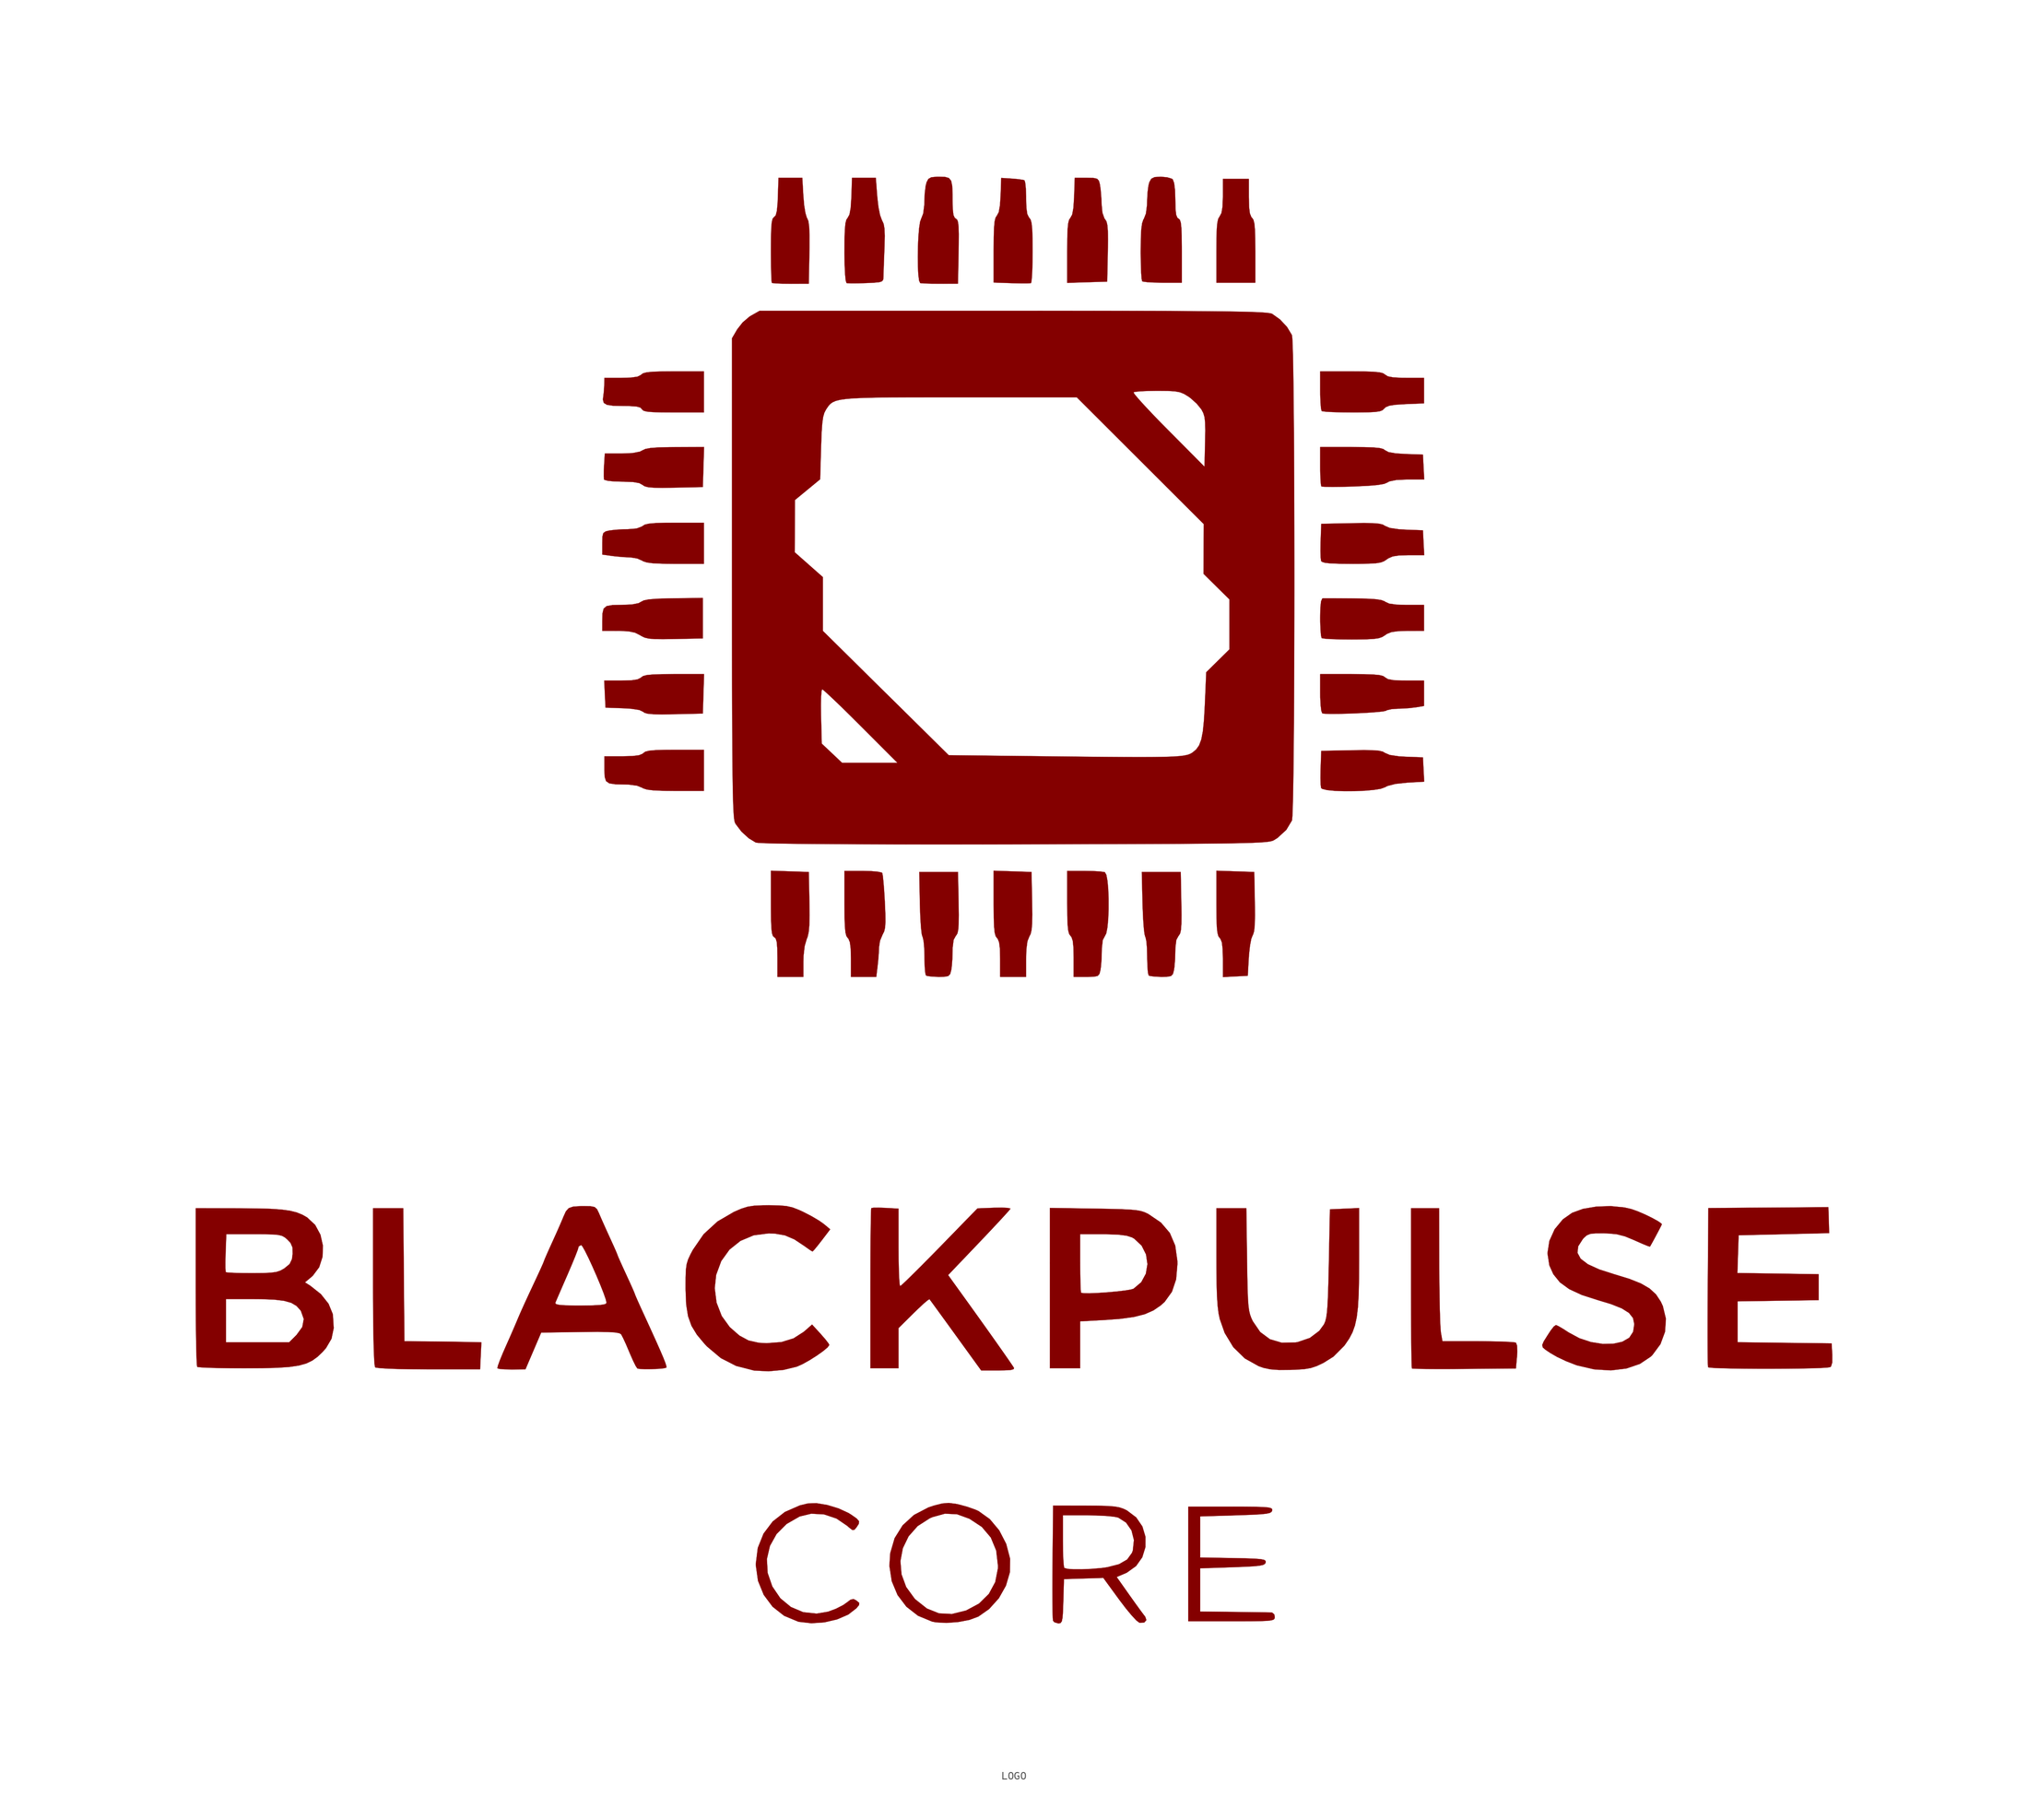
<source format=kicad_sym>
(kicad_symbol_lib
  (version 20220914)
  (generator "bitmap2component")
  (generator_version "9.0")
  (symbol "LOGO"
    (pin_names
      (offset 1.016))
    (property "Reference" "#G"
      (at 0 99.749 0)
      (effects (font (size 1.27 1.27)) hide))
    (symbol "LOGO_0_0"
      (polyline (pts (xy -20.594 -94.299) (xy -19.01 -93.926) (xy -17.634 -93.332) (xy -16.622 -92.552) (xy -16.282 -92.144) (xy -16.259 -91.877) (xy -16.593 -91.587) (xy -16.956 -91.391) (xy -17.334 -91.465) (xy -17.891 -91.879) (xy -18.267 -92.142) (xy -19.17 -92.607) (xy -20.164 -92.974) (xy -21.588 -93.21) (xy -23.262 -93.033) (xy -24.796 -92.384) (xy -26.11 -91.3) (xy -27.12 -89.817) (xy -27.703 -88.124) (xy -27.798 -86.397) (xy -27.417 -84.751) (xy -26.587 -83.265) (xy -25.34 -82.013) (xy -23.705 -81.072) (xy -22.248 -80.723) (xy -20.649 -80.813) (xy -19.1 -81.332) (xy -17.747 -82.253) (xy -17.551 -82.432) (xy -17.131 -82.758) (xy -16.872 -82.749) (xy -16.598 -82.431) (xy -16.317 -81.999) (xy -16.285 -81.661) (xy -16.592 -81.315) (xy -17.298 -80.823) (xy -17.623 -80.624) (xy -18.86 -80.06) (xy -20.246 -79.64) (xy -21.58 -79.417) (xy -22.663 -79.442) (xy -23.682 -79.69) (xy -25.547 -80.507) (xy -27.073 -81.698) (xy -28.216 -83.212) (xy -28.934 -84.999) (xy -29.183 -87.008) (xy -29.182 -87.152) (xy -28.909 -89.111) (xy -28.193 -90.866) (xy -27.088 -92.347) (xy -25.644 -93.483) (xy -23.914 -94.203) (xy -23.762 -94.24) (xy -22.23 -94.415) (xy -20.594 -94.299)) (stroke (width 0.01) (type default)) (fill (type outline)))
      (polyline (pts (xy -3.882 -94.261) (xy -2.481 -93.991) (xy -1.383 -93.586) (xy -0.032 -92.642) (xy 1.188 -91.29) (xy 2.075 -89.718) (xy 2.566 -88.041) (xy 2.596 -86.376) (xy 2.592 -86.349) (xy 2.107 -84.499) (xy 1.236 -82.81) (xy 0.057 -81.403) (xy -1.351 -80.397) (xy -1.771 -80.209) (xy -2.76 -79.86) (xy -3.804 -79.577) (xy -4.203 -79.493) (xy -5.08 -79.382) (xy -5.888 -79.45) (xy -6.912 -79.707) (xy -7.625 -79.945) (xy -9.418 -80.882) (xy -10.833 -82.175) (xy -11.835 -83.782) (xy -12.386 -85.666) (xy -12.449 -86.649) (xy -11.112 -86.649) (xy -10.81 -85.038) (xy -10.089 -83.55) (xy -8.963 -82.275) (xy -7.45 -81.302) (xy -7.112 -81.153) (xy -5.551 -80.723) (xy -4.051 -80.791) (xy -2.485 -81.358) (xy -0.941 -82.376) (xy 0.184 -83.704) (xy 0.857 -85.328) (xy 1.081 -87.251) (xy 1.073 -87.557) (xy 0.738 -89.267) (xy -0.065 -90.754) (xy -1.293 -91.959) (xy -2.901 -92.819) (xy -2.917 -92.825) (xy -4.68 -93.259) (xy -6.295 -93.178) (xy -7.8 -92.576) (xy -9.232 -91.442) (xy -9.342 -91.33) (xy -10.393 -89.884) (xy -10.978 -88.294) (xy -11.112 -86.649) (xy -12.449 -86.649) (xy -12.486 -87.248) (xy -12.194 -89.161) (xy -11.472 -90.886) (xy -10.363 -92.349) (xy -8.911 -93.479) (xy -7.161 -94.204) (xy -6.692 -94.298) (xy -5.361 -94.371) (xy -3.882 -94.261)) (stroke (width 0.01) (type default)) (fill (type outline)))
      (polyline (pts (xy 8.661 -94.439) (xy 8.895 -94.388) (xy 9.049 -94.181) (xy 9.145 -93.724) (xy 9.203 -92.919) (xy 9.245 -91.67) (xy 9.322 -88.9) (xy 11.781 -88.823) (xy 14.24 -88.746) (xy 16.216 -91.453) (xy 16.242 -91.489) (xy 17.043 -92.541) (xy 17.776 -93.426) (xy 18.36 -94.052) (xy 18.715 -94.327) (xy 18.834 -94.358) (xy 19.367 -94.317) (xy 19.624 -94.016) (xy 19.472 -93.584) (xy 19.309 -93.38) (xy 18.863 -92.78) (xy 18.244 -91.926) (xy 17.534 -90.93) (xy 15.914 -88.636) (xy 16.966 -88.189) (xy 17.186 -88.089) (xy 18.337 -87.265) (xy 19.11 -86.172) (xy 19.5 -84.915) (xy 19.505 -83.597) (xy 19.123 -82.322) (xy 18.351 -81.192) (xy 17.185 -80.313) (xy 16.772 -80.114) (xy 16.269 -79.943) (xy 15.648 -79.83) (xy 14.804 -79.764) (xy 13.632 -79.731) (xy 12.024 -79.721) (xy 7.971 -79.713) (xy 7.926 -84.126) (xy 9.187 -84.126) (xy 9.187 -80.929) (xy 12.277 -80.929) (xy 13.365 -80.945) (xy 14.579 -81.004) (xy 15.54 -81.096) (xy 16.105 -81.209) (xy 17.081 -81.835) (xy 17.765 -82.817) (xy 18.068 -84.018) (xy 17.933 -85.311) (xy 17.826 -85.614) (xy 17.224 -86.446) (xy 16.206 -87.037) (xy 14.725 -87.416) (xy 13.93 -87.522) (xy 12.764 -87.621) (xy 11.588 -87.671) (xy 10.539 -87.67) (xy 9.753 -87.615) (xy 9.367 -87.504) (xy 9.299 -87.193) (xy 9.241 -86.45) (xy 9.202 -85.39) (xy 9.187 -84.126) (xy 7.926 -84.126) (xy 7.899 -86.734) (xy 7.885 -88.439) (xy 7.88 -90.198) (xy 7.886 -91.718) (xy 7.901 -92.926) (xy 7.925 -93.744) (xy 7.958 -94.097) (xy 8.125 -94.289) (xy 8.629 -94.439) (xy 8.661 -94.439)) (stroke (width 0.01) (type default)) (fill (type outline)))
      (polyline (pts (xy 31.214 -94.169) (xy 32.814 -94.163) (xy 33.976 -94.145) (xy 34.771 -94.108) (xy 35.268 -94.045) (xy 35.536 -93.949) (xy 35.647 -93.812) (xy 35.668 -93.629) (xy 35.605 -93.312) (xy 35.33 -93.071) (xy 35.161 -93.066) (xy 34.507 -93.054) (xy 33.474 -93.039) (xy 32.161 -93.022) (xy 30.669 -93.003) (xy 26.346 -92.953) (xy 26.346 -90.251) (xy 26.346 -87.549) (xy 30.396 -87.414) (xy 31.722 -87.365) (xy 32.915 -87.304) (xy 33.713 -87.23) (xy 34.196 -87.131) (xy 34.443 -86.996) (xy 34.535 -86.813) (xy 34.539 -86.79) (xy 34.515 -86.617) (xy 34.333 -86.492) (xy 33.914 -86.406) (xy 33.184 -86.347) (xy 32.067 -86.306) (xy 30.485 -86.273) (xy 26.346 -86.198) (xy 26.346 -83.631) (xy 26.346 -81.064) (xy 30.801 -80.929) (xy 31.18 -80.917) (xy 32.74 -80.862) (xy 33.851 -80.802) (xy 34.591 -80.729) (xy 35.036 -80.631) (xy 35.262 -80.498) (xy 35.347 -80.321) (xy 35.349 -80.308) (xy 35.338 -80.149) (xy 35.197 -80.031) (xy 34.858 -79.948) (xy 34.252 -79.895) (xy 33.311 -79.865) (xy 31.965 -79.851) (xy 30.148 -79.848) (xy 24.86 -79.848) (xy 24.86 -87.008) (xy 24.86 -94.169) (xy 30.264 -94.169) (xy 31.214 -94.169)) (stroke (width 0.01) (type default)) (fill (type outline)))
      (polyline (pts (xy -25.727 -62.757) (xy -24.049 -62.35) (xy -24.049 -62.349) (xy -23.334 -62.031) (xy -22.467 -61.547) (xy -21.575 -60.982) (xy -20.781 -60.42) (xy -20.213 -59.945) (xy -19.996 -59.641) (xy -20.105 -59.436) (xy -20.496 -58.929) (xy -21.074 -58.267) (xy -22.151 -57.089) (xy -23.077 -57.901) (xy -23.178 -57.989) (xy -24.465 -58.816) (xy -25.978 -59.281) (xy -27.832 -59.419) (xy -28.805 -59.37) (xy -30.091 -59.084) (xy -31.227 -58.469) (xy -32.401 -57.444) (xy -32.443 -57.403) (xy -33.443 -56.021) (xy -34.088 -54.348) (xy -34.317 -52.542) (xy -34.135 -50.876) (xy -33.502 -49.161) (xy -32.471 -47.728) (xy -31.099 -46.634) (xy -29.444 -45.938) (xy -27.562 -45.697) (xy -26.825 -45.723) (xy -25.549 -45.944) (xy -24.36 -46.451) (xy -23.054 -47.319) (xy -22.872 -47.453) (xy -22.353 -47.817) (xy -22.096 -47.963) (xy -21.915 -47.787) (xy -21.497 -47.287) (xy -20.941 -46.577) (xy -19.884 -45.191) (xy -20.683 -44.524) (xy -21.289 -44.097) (xy -22.222 -43.547) (xy -23.238 -43.023) (xy -23.78 -42.772) (xy -24.582 -42.461) (xy -25.353 -42.285) (xy -26.283 -42.206) (xy -27.562 -42.187) (xy -28.291 -42.192) (xy -29.372 -42.239) (xy -30.209 -42.368) (xy -30.997 -42.616) (xy -31.928 -43.02) (xy -33.977 -44.216) (xy -35.7 -45.799) (xy -37.049 -47.76) (xy -37.333 -48.292) (xy -37.634 -48.934) (xy -37.82 -49.537) (xy -37.917 -50.245) (xy -37.953 -51.203) (xy -37.956 -52.556) (xy -37.954 -52.807) (xy -37.877 -54.614) (xy -37.648 -56.047) (xy -37.22 -57.249) (xy -36.544 -58.36) (xy -35.571 -59.523) (xy -35.274 -59.836) (xy -33.554 -61.282) (xy -31.649 -62.258) (xy -29.453 -62.823) (xy -29.349 -62.839) (xy -27.596 -62.929) (xy -25.727 -62.757)) (stroke (width 0.01) (type default)) (fill (type outline)))
      (polyline (pts (xy -63.555 -61.001) (xy -63.474 -59.312) (xy -65.581 -59.265) (xy -65.966 -59.257) (xy -67.354 -59.233) (xy -68.919 -59.212) (xy -70.391 -59.197) (xy -73.093 -59.177) (xy -73.164 -50.867) (xy -73.236 -42.559) (xy -75.123 -42.559) (xy -77.011 -42.559) (xy -77.011 -52.367) (xy -77.009 -53.773) (xy -76.994 -56.187) (xy -76.967 -58.268) (xy -76.928 -59.974) (xy -76.878 -61.265) (xy -76.819 -62.098) (xy -76.751 -62.433) (xy -76.655 -62.47) (xy -76.085 -62.542) (xy -75.073 -62.602) (xy -73.688 -62.649) (xy -71.995 -62.679) (xy -70.063 -62.689) (xy -63.635 -62.689) (xy -63.555 -61.001)) (stroke (width 0.01) (type default)) (fill (type outline)))
      (polyline (pts (xy -57.967 -62.689) (xy -56.984 -60.392) (xy -56.002 -58.096) (xy -51.142 -58.022) (xy -50.685 -58.016) (xy -48.939 -58.004) (xy -47.659 -58.023) (xy -46.786 -58.075) (xy -46.261 -58.164) (xy -46.025 -58.292) (xy -46.006 -58.319) (xy -45.763 -58.777) (xy -45.4 -59.565) (xy -44.99 -60.528) (xy -44.926 -60.682) (xy -44.528 -61.588) (xy -44.194 -62.264) (xy -43.989 -62.573) (xy -43.741 -62.629) (xy -43.094 -62.663) (xy -42.248 -62.66) (xy -41.388 -62.625) (xy -40.699 -62.562) (xy -40.364 -62.477) (xy -40.352 -62.458) (xy -40.361 -62.278) (xy -40.478 -61.897) (xy -40.724 -61.268) (xy -41.119 -60.342) (xy -41.684 -59.072) (xy -42.439 -57.41) (xy -43.404 -55.306) (xy -43.532 -55.028) (xy -43.931 -54.144) (xy -44.21 -53.502) (xy -44.315 -53.228) (xy -44.35 -53.127) (xy -44.565 -52.627) (xy -44.93 -51.814) (xy -45.396 -50.8) (xy -45.67 -50.206) (xy -46.085 -49.293) (xy -46.37 -48.644) (xy -46.477 -48.372) (xy -46.486 -48.338) (xy -46.646 -47.947) (xy -46.966 -47.224) (xy -47.391 -46.294) (xy -47.444 -46.177) (xy -47.945 -45.077) (xy -48.404 -44.049) (xy -48.728 -43.302) (xy -48.769 -43.202) (xy -49.023 -42.677) (xy -49.323 -42.406) (xy -49.833 -42.305) (xy -50.719 -42.292) (xy -51.084 -42.295) (xy -51.99 -42.351) (xy -52.55 -42.541) (xy -52.913 -42.943) (xy -53.23 -43.639) (xy -53.307 -43.831) (xy -53.653 -44.641) (xy -54.121 -45.7) (xy -54.633 -46.83) (xy -54.867 -47.344) (xy -55.276 -48.256) (xy -55.559 -48.911) (xy -55.664 -49.191) (xy -55.772 -49.463) (xy -56.067 -50.124) (xy -56.505 -51.075) (xy -57.039 -52.215) (xy -57.533 -53.27) (xy -58.044 -54.38) (xy -54.236 -54.38) (xy -54.23 -54.364) (xy -54.055 -53.954) (xy -53.715 -53.166) (xy -53.255 -52.107) (xy -52.721 -50.883) (xy -52.658 -50.737) (xy -52.144 -49.535) (xy -51.725 -48.515) (xy -51.444 -47.782) (xy -51.34 -47.438) (xy -51.316 -47.332) (xy -51.003 -47.157) (xy -50.855 -47.315) (xy -50.533 -47.88) (xy -50.099 -48.752) (xy -49.603 -49.823) (xy -49.09 -50.987) (xy -48.609 -52.133) (xy -48.206 -53.156) (xy -47.93 -53.945) (xy -47.828 -54.395) (xy -47.828 -54.397) (xy -48.011 -54.545) (xy -48.584 -54.645) (xy -49.597 -54.7) (xy -51.099 -54.718) (xy -51.799 -54.716) (xy -53.014 -54.69) (xy -53.782 -54.63) (xy -54.168 -54.529) (xy -54.236 -54.38) (xy -58.044 -54.38) (xy -58.109 -54.522) (xy -58.592 -55.597) (xy -58.912 -56.339) (xy -59.035 -56.635) (xy -59.443 -57.588) (xy -59.956 -58.763) (xy -60.493 -59.972) (xy -60.784 -60.636) (xy -61.17 -61.575) (xy -61.414 -62.252) (xy -61.474 -62.553) (xy -61.223 -62.63) (xy -60.568 -62.688) (xy -59.669 -62.704) (xy -57.967 -62.689)) (stroke (width 0.01) (type default)) (fill (type outline)))
      (polyline (pts (xy 1.897 -62.816) (xy 2.683 -62.767) (xy 3.048 -62.661) (xy 3.067 -62.487) (xy 2.852 -62.159) (xy 2.333 -61.402) (xy 1.587 -60.333) (xy 0.665 -59.024) (xy -0.384 -57.546) (xy -1.509 -55.97) (xy -2.659 -54.367) (xy -5.15 -50.909) (xy -1.291 -46.867) (xy -0.976 -46.535) (xy 0.156 -45.34) (xy 1.14 -44.289) (xy 1.919 -43.445) (xy 2.437 -42.867) (xy 2.636 -42.618) (xy 2.628 -42.593) (xy 2.299 -42.516) (xy 1.585 -42.48) (xy 0.61 -42.495) (xy -1.486 -42.577) (xy -6.215 -47.432) (xy -7.271 -48.511) (xy -8.479 -49.732) (xy -9.523 -50.772) (xy -10.351 -51.579) (xy -10.91 -52.101) (xy -11.146 -52.287) (xy -11.206 -52.07) (xy -11.263 -51.394) (xy -11.309 -50.34) (xy -11.338 -48.996) (xy -11.349 -47.446) (xy -11.349 -42.606) (xy -12.994 -42.515) (xy -13.755 -42.486) (xy -14.442 -42.49) (xy -14.75 -42.536) (xy -14.751 -42.538) (xy -14.777 -42.846) (xy -14.8 -43.631) (xy -14.82 -44.834) (xy -14.837 -46.392) (xy -14.851 -48.247) (xy -14.859 -50.337) (xy -14.862 -52.601) (xy -14.862 -62.554) (xy -13.105 -62.554) (xy -11.349 -62.554) (xy -11.349 -60.047) (xy -11.349 -57.541) (xy -9.465 -55.671) (xy -8.934 -55.153) (xy -8.214 -54.483) (xy -7.7 -54.048) (xy -7.479 -53.922) (xy -7.468 -53.937) (xy -7.231 -54.257) (xy -6.737 -54.935) (xy -6.034 -55.902) (xy -5.171 -57.091) (xy -4.199 -58.434) (xy -1.021 -62.825) (xy 1.127 -62.825) (xy 1.897 -62.816)) (stroke (width 0.01) (type default)) (fill (type outline)))
      (polyline (pts (xy 37.58 -62.755) (xy 38.193 -62.736) (xy 39.318 -62.665) (xy 40.166 -62.523) (xy 40.918 -62.273) (xy 41.761 -61.874) (xy 43 -61.097) (xy 44.35 -59.74) (xy 44.458 -59.595) (xy 44.974 -58.836) (xy 45.379 -58.063) (xy 45.685 -57.203) (xy 45.907 -56.179) (xy 46.058 -54.917) (xy 46.149 -53.341) (xy 46.194 -51.376) (xy 46.206 -48.946) (xy 46.206 -42.534) (xy 44.382 -42.614) (xy 42.558 -42.694) (xy 42.423 -49.449) (xy 42.417 -49.751) (xy 42.369 -51.84) (xy 42.318 -53.467) (xy 42.258 -54.699) (xy 42.183 -55.606) (xy 42.089 -56.256) (xy 41.97 -56.718) (xy 41.819 -57.061) (xy 41.233 -57.871) (xy 40.048 -58.765) (xy 38.529 -59.281) (xy 38.266 -59.325) (xy 36.545 -59.363) (xy 35.065 -58.927) (xy 33.849 -58.027) (xy 32.922 -56.675) (xy 32.731 -56.266) (xy 32.574 -55.834) (xy 32.456 -55.329) (xy 32.371 -54.673) (xy 32.31 -53.787) (xy 32.266 -52.594) (xy 32.232 -51.016) (xy 32.201 -48.976) (xy 32.112 -42.559) (xy 30.242 -42.559) (xy 28.372 -42.559) (xy 28.372 -48.667) (xy 28.376 -50.035) (xy 28.399 -51.996) (xy 28.448 -53.538) (xy 28.528 -54.734) (xy 28.641 -55.662) (xy 28.793 -56.397) (xy 29.406 -58.138) (xy 30.486 -59.92) (xy 31.909 -61.315) (xy 33.641 -62.285) (xy 34.26 -62.501) (xy 35.12 -62.684) (xy 36.169 -62.762) (xy 37.58 -62.755)) (stroke (width 0.01) (type default)) (fill (type outline)))
      (polyline (pts (xy 57.548 -62.644) (xy 59.357 -62.633) (xy 65.797 -62.577) (xy 65.937 -61.057) (xy 65.972 -60.481) (xy 65.94 -59.722) (xy 65.802 -59.357) (xy 65.614 -59.315) (xy 64.948 -59.26) (xy 63.905 -59.216) (xy 62.581 -59.187) (xy 61.073 -59.177) (xy 56.619 -59.177) (xy 56.427 -58.096) (xy 56.38 -57.609) (xy 56.331 -56.633) (xy 56.289 -55.279) (xy 56.255 -53.63) (xy 56.231 -51.771) (xy 56.22 -49.787) (xy 56.204 -42.559) (xy 54.448 -42.559) (xy 52.691 -42.559) (xy 52.691 -52.511) (xy 52.691 -52.611) (xy 52.695 -54.869) (xy 52.703 -56.95) (xy 52.717 -58.793) (xy 52.734 -60.338) (xy 52.755 -61.524) (xy 52.778 -62.29) (xy 52.804 -62.577) (xy 52.94 -62.597) (xy 53.546 -62.621) (xy 54.567 -62.638) (xy 55.926 -62.646) (xy 57.548 -62.644)) (stroke (width 0.01) (type default)) (fill (type outline)))
      (polyline (pts (xy 79.597 -62.584) (xy 81.291 -62.009) (xy 82.65 -61.1) (xy 82.846 -60.911) (xy 83.859 -59.543) (xy 84.433 -57.991) (xy 84.542 -56.366) (xy 84.158 -54.781) (xy 83.896 -54.218) (xy 83.304 -53.324) (xy 82.509 -52.59) (xy 81.426 -51.96) (xy 79.973 -51.381) (xy 78.066 -50.797) (xy 76.22 -50.205) (xy 74.797 -49.557) (xy 73.891 -48.868) (xy 73.49 -48.125) (xy 73.58 -47.315) (xy 74.151 -46.424) (xy 74.278 -46.28) (xy 74.647 -45.944) (xy 75.083 -45.763) (xy 75.743 -45.693) (xy 76.786 -45.69) (xy 77.221 -45.699) (xy 78.387 -45.804) (xy 79.428 -46.072) (xy 80.633 -46.57) (xy 80.825 -46.658) (xy 81.684 -47.037) (xy 82.299 -47.287) (xy 82.547 -47.357) (xy 82.621 -47.236) (xy 82.895 -46.746) (xy 83.262 -46.068) (xy 83.633 -45.368) (xy 83.921 -44.811) (xy 84.036 -44.562) (xy 83.974 -44.467) (xy 83.542 -44.163) (xy 82.816 -43.763) (xy 81.933 -43.334) (xy 81.029 -42.945) (xy 80.242 -42.665) (xy 79.365 -42.461) (xy 77.639 -42.29) (xy 75.847 -42.353) (xy 74.178 -42.637) (xy 72.822 -43.13) (xy 71.663 -43.948) (xy 70.639 -45.185) (xy 69.983 -46.634) (xy 69.745 -48.177) (xy 69.977 -49.694) (xy 70.476 -50.802) (xy 71.295 -51.816) (xy 72.46 -52.665) (xy 74.035 -53.396) (xy 76.086 -54.054) (xy 77.666 -54.53) (xy 79.017 -55.066) (xy 79.923 -55.634) (xy 80.431 -56.276) (xy 80.591 -57.037) (xy 80.453 -57.961) (xy 80.441 -58.005) (xy 79.961 -58.742) (xy 79.097 -59.239) (xy 77.946 -59.494) (xy 76.603 -59.507) (xy 75.165 -59.276) (xy 73.728 -58.8) (xy 72.388 -58.076) (xy 71.739 -57.655) (xy 71.12 -57.29) (xy 70.8 -57.15) (xy 70.526 -57.344) (xy 70.151 -57.825) (xy 69.718 -58.49) (xy 69.272 -59.201) (xy 69.087 -59.647) (xy 69.161 -59.952) (xy 69.49 -60.238) (xy 70.071 -60.629) (xy 70.944 -61.136) (xy 72.092 -61.676) (xy 73.262 -62.132) (xy 73.478 -62.203) (xy 75.592 -62.692) (xy 77.664 -62.816) (xy 79.597 -62.584)) (stroke (width 0.01) (type default)) (fill (type outline)))
      (polyline (pts (xy 99.459 -62.608) (xy 101.107 -62.59) (xy 102.575 -62.561) (xy 103.779 -62.522) (xy 104.635 -62.474) (xy 105.059 -62.415) (xy 105.172 -62.334) (xy 105.327 -61.836) (xy 105.33 -60.868) (xy 105.248 -59.447) (xy 99.371 -59.374) (xy 93.493 -59.301) (xy 93.493 -56.745) (xy 93.493 -54.19) (xy 98.56 -54.116) (xy 103.626 -54.042) (xy 103.626 -52.421) (xy 103.626 -50.8) (xy 98.55 -50.726) (xy 93.473 -50.653) (xy 93.551 -48.294) (xy 93.629 -45.936) (xy 99.285 -45.801) (xy 104.941 -45.666) (xy 104.916 -44.788) (xy 104.893 -44.002) (xy 104.867 -43.166) (xy 104.843 -42.423) (xy 97.344 -42.478) (xy 89.846 -42.532) (xy 89.775 -52.339) (xy 89.761 -54.548) (xy 89.754 -56.64) (xy 89.753 -58.502) (xy 89.758 -60.074) (xy 89.769 -61.292) (xy 89.786 -62.094) (xy 89.808 -62.418) (xy 89.915 -62.454) (xy 90.478 -62.507) (xy 91.448 -62.549) (xy 92.74 -62.581) (xy 94.271 -62.603) (xy 95.957 -62.615) (xy 97.714 -62.617) (xy 99.459 -62.608)) (stroke (width 0.01) (type default)) (fill (type outline)))
      (polyline (pts (xy -90.82 -62.541) (xy -88.94 -62.49) (xy -87.453 -62.386) (xy -86.286 -62.213) (xy -85.363 -61.956) (xy -84.611 -61.599) (xy -83.955 -61.127) (xy -83.321 -60.524) (xy -82.885 -60.028) (xy -82.201 -58.86) (xy -81.927 -57.541) (xy -82.024 -55.932) (xy -82.06 -55.737) (xy -82.575 -54.487) (xy -83.53 -53.287) (xy -84.844 -52.245) (xy -85.516 -51.819) (xy -84.649 -51.09) (xy -84.542 -50.996) (xy -83.743 -49.93) (xy -83.324 -48.633) (xy -83.275 -47.234) (xy -83.585 -45.861) (xy -84.243 -44.644) (xy -85.241 -43.71) (xy -85.837 -43.37) (xy -86.547 -43.083) (xy -87.4 -42.87) (xy -88.476 -42.723) (xy -89.854 -42.63) (xy -91.612 -42.581) (xy -93.832 -42.565) (xy -99.168 -42.559) (xy -99.168 -49.182) (xy -95.46 -49.182) (xy -95.433 -48.122) (xy -95.346 -45.801) (xy -91.892 -45.801) (xy -90.579 -45.805) (xy -89.545 -45.83) (xy -88.848 -45.892) (xy -88.381 -46.009) (xy -88.036 -46.199) (xy -87.708 -46.478) (xy -87.322 -46.891) (xy -87.072 -47.466) (xy -87.061 -48.293) (xy -87.145 -48.923) (xy -87.435 -49.527) (xy -88.062 -50.048) (xy -88.153 -50.108) (xy -88.6 -50.358) (xy -89.1 -50.52) (xy -89.775 -50.613) (xy -90.747 -50.655) (xy -92.138 -50.665) (xy -93.334 -50.657) (xy -94.381 -50.633) (xy -95.109 -50.597) (xy -95.408 -50.553) (xy -95.427 -50.493) (xy -95.458 -50.016) (xy -95.46 -49.182) (xy -99.168 -49.182) (xy -99.168 -52.376) (xy -99.163 -54.605) (xy -99.15 -56.61) (xy -95.385 -56.61) (xy -95.385 -53.907) (xy -91.864 -53.907) (xy -91.013 -53.913) (xy -89.361 -53.976) (xy -88.128 -54.125) (xy -87.228 -54.38) (xy -86.58 -54.762) (xy -86.098 -55.29) (xy -86.018 -55.41) (xy -85.666 -56.401) (xy -85.852 -57.397) (xy -86.576 -58.393) (xy -87.495 -59.312) (xy -91.44 -59.312) (xy -95.385 -59.312) (xy -95.385 -56.61) (xy -99.15 -56.61) (xy -99.15 -56.687) (xy -99.129 -58.537) (xy -99.101 -60.091) (xy -99.067 -61.29) (xy -99.029 -62.072) (xy -98.988 -62.374) (xy -98.942 -62.392) (xy -98.472 -62.444) (xy -97.569 -62.488) (xy -96.317 -62.523) (xy -94.798 -62.546) (xy -93.092 -62.554) (xy -90.82 -62.541)) (stroke (width 0.01) (type default)) (fill (type outline)))
      (polyline (pts (xy 11.349 -59.623) (xy 11.349 -56.691) (xy 14.64 -56.505) (xy 16.378 -56.374) (xy 18.08 -56.139) (xy 19.426 -55.796) (xy 20.515 -55.317) (xy 21.446 -54.677) (xy 21.914 -54.248) (xy 22.819 -52.992) (xy 23.339 -51.442) (xy 23.503 -49.531) (xy 23.495 -49.132) (xy 23.226 -47.222) (xy 22.552 -45.644) (xy 21.441 -44.346) (xy 19.864 -43.274) (xy 19.819 -43.251) (xy 19.412 -43.059) (xy 18.963 -42.914) (xy 18.387 -42.808) (xy 17.604 -42.733) (xy 16.529 -42.679) (xy 15.08 -42.64) (xy 13.173 -42.606) (xy 7.566 -42.519) (xy 7.566 -49.404) (xy 11.349 -49.404) (xy 11.349 -45.801) (xy 14.2 -45.801) (xy 14.524 -45.802) (xy 16.061 -45.853) (xy 17.14 -45.984) (xy 17.826 -46.202) (xy 18.107 -46.364) (xy 19.028 -47.23) (xy 19.579 -48.328) (xy 19.757 -49.538) (xy 19.558 -50.737) (xy 18.979 -51.804) (xy 18.016 -52.617) (xy 17.664 -52.721) (xy 16.894 -52.846) (xy 15.865 -52.965) (xy 14.708 -53.068) (xy 13.556 -53.146) (xy 12.543 -53.187) (xy 11.8 -53.181) (xy 11.461 -53.119) (xy 11.451 -53.096) (xy 11.411 -52.69) (xy 11.379 -51.87) (xy 11.357 -50.741) (xy 11.349 -49.404) (xy 7.566 -49.404) (xy 7.566 -52.537) (xy 7.566 -62.554) (xy 9.457 -62.554) (xy 11.349 -62.554) (xy 11.349 -59.623)) (stroke (width 0.01) (type default)) (fill (type outline)))
      (polyline (pts (xy -23.238 -11.727) (xy -23.217 -11.004) (xy -23.076 -9.798) (xy -22.825 -8.938) (xy -22.707 -8.64) (xy -22.572 -8.028) (xy -22.495 -7.166) (xy -22.469 -5.956) (xy -22.487 -4.304) (xy -22.563 -0.54) (xy -24.927 -0.462) (xy -27.292 -0.384) (xy -27.292 -4.457) (xy -27.29 -5.189) (xy -27.274 -6.596) (xy -27.233 -7.572) (xy -27.159 -8.194) (xy -27.046 -8.539) (xy -26.886 -8.684) (xy -26.707 -8.839) (xy -26.571 -9.259) (xy -26.501 -10.029) (xy -26.481 -11.243) (xy -26.481 -13.646) (xy -24.86 -13.646) (xy -23.238 -13.646) (xy -23.238 -11.727)) (stroke (width 0.01) (type default)) (fill (type outline)))
      (polyline (pts (xy -13.956 -12.227) (xy -13.904 -11.749) (xy -13.818 -10.726) (xy -13.783 -9.921) (xy -13.66 -9.127) (xy -13.335 -8.352) (xy -13.325 -8.337) (xy -13.141 -7.969) (xy -13.029 -7.486) (xy -12.984 -6.783) (xy -12.996 -5.753) (xy -13.06 -4.29) (xy -13.065 -4.184) (xy -13.143 -2.887) (xy -13.23 -1.791) (xy -13.314 -1.01) (xy -13.387 -0.657) (xy -13.446 -0.615) (xy -13.927 -0.508) (xy -14.765 -0.433) (xy -15.823 -0.405) (xy -18.104 -0.405) (xy -18.104 -4.425) (xy -18.104 -4.731) (xy -18.09 -6.276) (xy -18.05 -7.374) (xy -17.977 -8.104) (xy -17.862 -8.547) (xy -17.699 -8.782) (xy -17.608 -8.879) (xy -17.424 -9.332) (xy -17.324 -10.135) (xy -17.294 -11.382) (xy -17.294 -13.646) (xy -15.71 -13.646) (xy -14.126 -13.646) (xy -13.956 -12.227)) (stroke (width 0.01) (type default)) (fill (type outline)))
      (polyline (pts (xy -5.635 -13.635) (xy -5.133 -13.545) (xy -4.894 -13.295) (xy -4.763 -12.801) (xy -4.701 -12.383) (xy -4.624 -11.435) (xy -4.594 -10.402) (xy -4.586 -9.992) (xy -4.463 -9.021) (xy -4.181 -8.506) (xy -4.143 -8.471) (xy -3.988 -8.215) (xy -3.888 -7.761) (xy -3.835 -7.022) (xy -3.822 -5.914) (xy -3.843 -4.352) (xy -3.918 -0.54) (xy -6.337 -0.54) (xy -8.756 -0.54) (xy -8.681 -4.458) (xy -8.667 -5.028) (xy -8.614 -6.378) (xy -8.538 -7.497) (xy -8.45 -8.284) (xy -8.356 -8.633) (xy -8.322 -8.688) (xy -8.213 -9.184) (xy -8.136 -10.033) (xy -8.107 -11.088) (xy -8.105 -11.397) (xy -8.073 -12.392) (xy -8.01 -13.128) (xy -7.926 -13.466) (xy -7.762 -13.532) (xy -7.17 -13.614) (xy -6.339 -13.646) (xy -5.635 -13.635)) (stroke (width 0.01) (type default)) (fill (type outline)))
      (polyline (pts (xy 4.593 -11.409) (xy 4.628 -10.183) (xy 4.762 -9.187) (xy 5.006 -8.583) (xy 5.162 -8.277) (xy 5.28 -7.764) (xy 5.345 -6.986) (xy 5.364 -5.85) (xy 5.344 -4.267) (xy 5.269 -0.54) (xy 2.905 -0.462) (xy 0.54 -0.384) (xy 0.54 -4.415) (xy 0.541 -4.737) (xy 0.554 -6.279) (xy 0.594 -7.376) (xy 0.668 -8.105) (xy 0.783 -8.547) (xy 0.946 -8.782) (xy 1.037 -8.879) (xy 1.221 -9.332) (xy 1.321 -10.135) (xy 1.351 -11.382) (xy 1.351 -13.646) (xy 2.972 -13.646) (xy 4.593 -13.646) (xy 4.593 -11.409)) (stroke (width 0.01) (type default)) (fill (type outline)))
      (polyline (pts (xy 13.096 -13.626) (xy 13.547 -13.525) (xy 13.762 -13.273) (xy 13.882 -12.801) (xy 13.944 -12.383) (xy 14.021 -11.435) (xy 14.051 -10.402) (xy 14.056 -10.057) (xy 14.175 -9.044) (xy 14.456 -8.512) (xy 14.609 -8.214) (xy 14.755 -7.472) (xy 14.852 -6.429) (xy 14.901 -5.206) (xy 14.902 -3.921) (xy 14.856 -2.695) (xy 14.762 -1.648) (xy 14.621 -0.899) (xy 14.434 -0.569) (xy 14.381 -0.553) (xy 13.831 -0.478) (xy 12.938 -0.425) (xy 11.867 -0.405) (xy 9.728 -0.405) (xy 9.728 -4.29) (xy 9.728 -4.384) (xy 9.739 -5.957) (xy 9.778 -7.076) (xy 9.851 -7.821) (xy 9.967 -8.272) (xy 10.133 -8.512) (xy 10.258 -8.659) (xy 10.423 -9.14) (xy 10.512 -9.972) (xy 10.538 -11.247) (xy 10.538 -13.646) (xy 12.126 -13.646) (xy 12.265 -13.646) (xy 13.096 -13.626)) (stroke (width 0.01) (type default)) (fill (type outline)))
      (polyline (pts (xy 22.197 -13.635) (xy 22.698 -13.545) (xy 22.938 -13.295) (xy 23.069 -12.801) (xy 23.131 -12.383) (xy 23.208 -11.435) (xy 23.238 -10.402) (xy 23.246 -9.992) (xy 23.368 -9.021) (xy 23.651 -8.506) (xy 23.689 -8.471) (xy 23.844 -8.215) (xy 23.944 -7.761) (xy 23.997 -7.022) (xy 24.01 -5.914) (xy 23.988 -4.352) (xy 23.914 -0.54) (xy 21.482 -0.54) (xy 19.05 -0.54) (xy 19.143 -4.458) (xy 19.159 -5.028) (xy 19.219 -6.378) (xy 19.298 -7.498) (xy 19.388 -8.284) (xy 19.481 -8.633) (xy 19.514 -8.688) (xy 19.622 -9.184) (xy 19.697 -10.033) (xy 19.725 -11.088) (xy 19.727 -11.397) (xy 19.759 -12.392) (xy 19.822 -13.128) (xy 19.906 -13.466) (xy 20.07 -13.532) (xy 20.662 -13.614) (xy 21.493 -13.646) (xy 22.197 -13.635)) (stroke (width 0.01) (type default)) (fill (type outline)))
      (polyline (pts (xy 30.737 -13.592) (xy 32.29 -13.511) (xy 32.425 -11.186) (xy 32.45 -10.833) (xy 32.569 -9.748) (xy 32.73 -8.902) (xy 32.906 -8.447) (xy 32.949 -8.385) (xy 33.084 -7.948) (xy 33.164 -7.161) (xy 33.193 -5.961) (xy 33.176 -4.286) (xy 33.101 -0.54) (xy 30.737 -0.462) (xy 28.372 -0.384) (xy 28.372 -4.415) (xy 28.372 -4.737) (xy 28.386 -6.279) (xy 28.426 -7.376) (xy 28.5 -8.105) (xy 28.615 -8.547) (xy 28.778 -8.782) (xy 28.873 -8.884) (xy 29.055 -9.34) (xy 29.153 -10.146) (xy 29.183 -11.396) (xy 29.183 -13.673) (xy 30.737 -13.592)) (stroke (width 0.01) (type default)) (fill (type outline)))
      (polyline (pts (xy -2.32 2.913) (xy 3.107 2.919) (xy 7.909 2.928) (xy 12.228 2.937) (xy 16.065 2.946) (xy 19.449 2.958) (xy 22.41 2.97) (xy 24.976 2.985) (xy 27.176 3.002) (xy 29.041 3.023) (xy 30.599 3.047) (xy 31.88 3.075) (xy 32.913 3.107) (xy 33.726 3.145) (xy 34.35 3.187) (xy 34.814 3.236) (xy 35.146 3.29) (xy 35.376 3.351) (xy 35.533 3.42) (xy 36.01 3.716) (xy 37.108 4.72) (xy 37.812 5.895) (xy 37.824 5.944) (xy 37.869 6.463) (xy 37.91 7.469) (xy 37.947 8.918) (xy 37.981 10.77) (xy 38.011 12.979) (xy 38.037 15.504) (xy 38.059 18.302) (xy 38.078 21.33) (xy 38.092 24.545) (xy 38.103 27.904) (xy 38.111 31.366) (xy 38.114 34.886) (xy 38.113 38.422) (xy 38.109 41.931) (xy 38.101 45.37) (xy 38.089 48.697) (xy 38.074 51.869) (xy 38.054 54.843) (xy 38.031 57.577) (xy 38.004 60.026) (xy 37.974 62.149) (xy 37.939 63.903) (xy 37.901 65.245) (xy 37.858 66.133) (xy 37.812 66.522) (xy 37.793 66.573) (xy 37.206 67.553) (xy 36.323 68.5) (xy 35.344 69.199) (xy 35.267 69.23) (xy 35.021 69.285) (xy 34.622 69.335) (xy 34.043 69.379) (xy 33.256 69.418) (xy 32.233 69.451) (xy 30.947 69.48) (xy 29.371 69.505) (xy 27.475 69.525) (xy 25.233 69.541) (xy 22.617 69.555) (xy 19.599 69.564) (xy 16.152 69.572) (xy 12.247 69.576) (xy 7.857 69.579) (xy 2.955 69.58) (xy -28.704 69.58) (xy -29.781 68.975) (xy -29.97 68.858) (xy -30.828 68.128) (xy -31.506 67.262) (xy -32.155 66.155) (xy -32.155 59.399) (xy 18.012 59.399) (xy 18.199 59.455) (xy 18.84 59.52) (xy 19.812 59.565) (xy 20.992 59.582) (xy 20.998 59.582) (xy 22.29 59.571) (xy 23.183 59.52) (xy 23.816 59.403) (xy 24.331 59.195) (xy 24.866 58.87) (xy 25.121 58.688) (xy 25.908 57.984) (xy 26.49 57.27) (xy 26.501 57.252) (xy 26.737 56.802) (xy 26.887 56.297) (xy 26.965 55.617) (xy 26.985 54.639) (xy 26.962 53.243) (xy 26.886 50.103) (xy 22.357 54.66) (xy 21.504 55.525) (xy 20.338 56.731) (xy 19.356 57.776) (xy 18.607 58.606) (xy 18.142 59.165) (xy 18.012 59.399) (xy -32.155 59.399) (xy -32.155 39.412) (xy -24.319 39.412) (xy -24.305 42.674) (xy -24.291 45.936) (xy -22.717 47.232) (xy -21.143 48.528) (xy -21.028 52.501) (xy -21.016 52.9) (xy -20.956 54.425) (xy -20.878 55.526) (xy -20.77 56.297) (xy -20.619 56.834) (xy -20.414 57.231) (xy -20.313 57.386) (xy -20.104 57.687) (xy -19.877 57.941) (xy -19.588 58.152) (xy -19.194 58.324) (xy -18.652 58.461) (xy -17.918 58.566) (xy -16.947 58.645) (xy -15.698 58.7) (xy -14.126 58.737) (xy -12.187 58.758) (xy -9.839 58.768) (xy -7.037 58.771) (xy -3.738 58.771) (xy 10.925 58.771) (xy 18.859 50.85) (xy 26.794 42.929) (xy 26.782 39.82) (xy 26.771 36.712) (xy 28.382 35.118) (xy 29.994 33.523) (xy 29.994 30.398) (xy 29.994 27.273) (xy 28.549 25.846) (xy 27.104 24.419) (xy 26.929 20.373) (xy 26.927 20.327) (xy 26.823 18.462) (xy 26.684 17.055) (xy 26.486 16.021) (xy 26.209 15.28) (xy 25.829 14.749) (xy 25.327 14.346) (xy 25.296 14.326) (xy 25.052 14.199) (xy 24.738 14.092) (xy 24.311 14.004) (xy 23.729 13.935) (xy 22.948 13.882) (xy 21.926 13.846) (xy 20.621 13.825) (xy 18.988 13.817) (xy 16.987 13.822) (xy 14.574 13.838) (xy 11.706 13.865) (xy 8.34 13.901) (xy -5.073 14.051) (xy -12.94 21.82) (xy -20.806 29.588) (xy -20.806 32.949) (xy -20.806 36.309) (xy -22.563 37.86) (xy -24.319 39.412) (xy -32.155 39.412) (xy -32.155 36.239) (xy -32.155 35.953) (xy -32.154 31.222) (xy -32.151 27.002) (xy -32.146 23.263) (xy -32.139 20.321) (xy -21.048 20.321) (xy -21.025 21.349) (xy -20.972 22.04) (xy -20.893 22.293) (xy -20.763 22.206) (xy -20.29 21.792) (xy -19.529 21.081) (xy -18.537 20.127) (xy -17.368 18.982) (xy -16.078 17.699) (xy -11.49 13.105) (xy -14.948 13.105) (xy -18.406 13.105) (xy -19.674 14.303) (xy -20.942 15.5) (xy -21.031 18.896) (xy -21.035 19.06) (xy -21.048 20.321) (xy -32.139 20.321) (xy -32.138 19.978) (xy -32.127 17.118) (xy -32.113 14.653) (xy -32.095 12.556) (xy -32.073 10.799) (xy -32.047 9.352) (xy -32.015 8.187) (xy -31.979 7.275) (xy -31.937 6.589) (xy -31.889 6.098) (xy -31.835 5.776) (xy -31.774 5.593) (xy -31.689 5.441) (xy -30.983 4.513) (xy -30.077 3.679) (xy -29.183 3.138) (xy -28.837 3.095) (xy -27.948 3.053) (xy -26.531 3.017) (xy -24.592 2.986) (xy -22.136 2.961) (xy -19.169 2.94) (xy -15.698 2.925) (xy -11.729 2.916) (xy -7.268 2.911) (xy -2.32 2.913)) (stroke (width 0.01) (type default)) (fill (type outline)))
      (polyline (pts (xy -35.668 12.16) (xy -35.668 14.727) (xy -39.283 14.727) (xy -40.572 14.719) (xy -41.737 14.683) (xy -42.513 14.611) (xy -42.984 14.493) (xy -43.234 14.321) (xy -43.331 14.23) (xy -43.785 14.046) (xy -44.588 13.946) (xy -45.834 13.916) (xy -48.098 13.916) (xy -48.098 12.324) (xy -48.098 12.188) (xy -48.062 11.341) (xy -47.895 10.815) (xy -47.492 10.534) (xy -46.754 10.42) (xy -45.576 10.395) (xy -45.091 10.381) (xy -44.038 10.246) (xy -43.385 9.989) (xy -43.251 9.907) (xy -42.776 9.757) (xy -42.009 9.661) (xy -40.865 9.608) (xy -39.264 9.593) (xy -35.668 9.593) (xy -35.668 12.16)) (stroke (width 0.01) (type default)) (fill (type outline)))
      (polyline (pts (xy 45.615 9.561) (xy 46.884 9.615) (xy 48.023 9.714) (xy 48.913 9.858) (xy 49.434 10.045) (xy 49.744 10.207) (xy 50.749 10.467) (xy 52.209 10.621) (xy 54.337 10.744) (xy 54.258 12.263) (xy 54.178 13.781) (xy 52.023 13.861) (xy 51.168 13.911) (xy 50.036 14.078) (xy 49.426 14.342) (xy 49.161 14.498) (xy 48.687 14.61) (xy 47.931 14.67) (xy 46.808 14.687) (xy 45.231 14.667) (xy 41.478 14.591) (xy 41.398 12.454) (xy 41.39 12.225) (xy 41.377 11.194) (xy 41.401 10.383) (xy 41.457 9.954) (xy 41.607 9.837) (xy 42.211 9.692) (xy 43.159 9.599) (xy 44.334 9.556) (xy 45.615 9.561)) (stroke (width 0.01) (type default)) (fill (type outline)))
      (polyline (pts (xy -39.368 19.174) (xy -35.803 19.255) (xy -35.726 21.719) (xy -35.648 24.184) (xy -39.408 24.184) (xy -40.902 24.174) (xy -42.041 24.137) (xy -42.8 24.064) (xy -43.26 23.947) (xy -43.504 23.779) (xy -43.556 23.725) (xy -43.983 23.519) (xy -44.761 23.407) (xy -45.982 23.373) (xy -48.124 23.373) (xy -48.043 21.685) (xy -47.963 19.996) (xy -45.758 19.918) (xy -44.769 19.86) (xy -43.741 19.704) (xy -43.243 19.466) (xy -43.106 19.359) (xy -42.702 19.238) (xy -41.997 19.171) (xy -40.912 19.151) (xy -39.368 19.174)) (stroke (width 0.01) (type default)) (fill (type outline)))
      (polyline (pts (xy 43.686 19.218) (xy 44.914 19.25) (xy 46.203 19.302) (xy 47.434 19.369) (xy 48.486 19.446) (xy 49.238 19.528) (xy 49.57 19.61) (xy 49.689 19.679) (xy 50.259 19.81) (xy 51.057 19.864) (xy 51.285 19.867) (xy 52.353 19.925) (xy 53.299 20.034) (xy 54.313 20.202) (xy 54.313 21.788) (xy 54.313 23.373) (xy 52.049 23.373) (xy 51.536 23.377) (xy 50.462 23.431) (xy 49.798 23.56) (xy 49.449 23.779) (xy 49.441 23.788) (xy 49.192 23.952) (xy 48.727 24.065) (xy 47.966 24.136) (xy 46.826 24.173) (xy 45.227 24.184) (xy 41.343 24.184) (xy 41.343 21.775) (xy 41.348 21.286) (xy 41.398 20.28) (xy 41.489 19.569) (xy 41.609 19.275) (xy 41.896 19.235) (xy 42.639 19.211) (xy 43.686 19.218)) (stroke (width 0.01) (type default)) (fill (type outline)))
      (polyline (pts (xy -39.316 28.572) (xy -35.803 28.643) (xy -35.803 31.172) (xy -35.803 33.701) (xy -39.445 33.657) (xy -40.179 33.646) (xy -41.588 33.599) (xy -42.564 33.518) (xy -43.182 33.395) (xy -43.52 33.222) (xy -43.837 33.047) (xy -44.675 32.884) (xy -45.996 32.831) (xy -47.111 32.81) (xy -47.819 32.685) (xy -48.194 32.366) (xy -48.342 31.762) (xy -48.368 30.782) (xy -48.368 29.588) (xy -46.409 29.587) (xy -46.234 29.586) (xy -45.08 29.529) (xy -44.271 29.36) (xy -43.639 29.044) (xy -43.466 28.934) (xy -43.063 28.744) (xy -42.556 28.626) (xy -41.835 28.565) (xy -40.791 28.551) (xy -39.316 28.572)) (stroke (width 0.01) (type default)) (fill (type outline)))
      (polyline (pts (xy 45.794 28.515) (xy 47.121 28.534) (xy 48.046 28.584) (xy 48.673 28.677) (xy 49.106 28.828) (xy 49.449 29.048) (xy 49.678 29.206) (xy 50.236 29.431) (xy 51.033 29.547) (xy 52.218 29.582) (xy 54.313 29.588) (xy 54.313 31.21) (xy 54.313 32.831) (xy 52.105 32.831) (xy 50.858 32.867) (xy 49.958 32.994) (xy 49.464 33.222) (xy 49.377 33.287) (xy 48.951 33.444) (xy 48.219 33.549) (xy 47.103 33.612) (xy 45.525 33.642) (xy 45.329 33.643) (xy 44.004 33.652) (xy 42.879 33.658) (xy 42.066 33.659) (xy 41.68 33.656) (xy 41.596 33.621) (xy 41.45 33.272) (xy 41.368 32.503) (xy 41.343 31.255) (xy 41.346 30.776) (xy 41.38 29.763) (xy 41.442 29.022) (xy 41.523 28.688) (xy 41.544 28.675) (xy 41.953 28.61) (xy 42.776 28.558) (xy 43.907 28.524) (xy 45.238 28.514) (xy 45.794 28.515)) (stroke (width 0.01) (type default)) (fill (type outline)))
      (polyline (pts (xy -35.668 40.532) (xy -35.668 43.099) (xy -39.297 43.099) (xy -40.489 43.092) (xy -41.706 43.057) (xy -42.53 42.985) (xy -43.043 42.866) (xy -43.331 42.694) (xy -43.399 42.635) (xy -44.087 42.378) (xy -45.208 42.288) (xy -45.742 42.279) (xy -46.754 42.218) (xy -47.524 42.119) (xy -47.95 42.015) (xy -48.237 41.806) (xy -48.349 41.364) (xy -48.368 40.535) (xy -48.368 39.119) (xy -47.114 38.947) (xy -46.838 38.912) (xy -45.79 38.812) (xy -44.885 38.767) (xy -44.826 38.766) (xy -44.012 38.636) (xy -43.385 38.362) (xy -43.251 38.279) (xy -42.776 38.13) (xy -42.009 38.033) (xy -40.865 37.981) (xy -39.264 37.965) (xy -35.668 37.965) (xy -35.668 40.532)) (stroke (width 0.01) (type default)) (fill (type outline)))
      (polyline (pts (xy 46.188 37.967) (xy 47.44 37.987) (xy 48.31 38.038) (xy 48.9 38.133) (xy 49.311 38.285) (xy 49.645 38.505) (xy 49.847 38.648) (xy 50.401 38.89) (xy 51.178 39.012) (xy 52.336 39.046) (xy 54.34 39.046) (xy 54.259 40.599) (xy 54.178 42.153) (xy 52.023 42.233) (xy 51.168 42.283) (xy 50.036 42.45) (xy 49.426 42.714) (xy 49.161 42.87) (xy 48.687 42.982) (xy 47.931 43.043) (xy 46.808 43.06) (xy 45.231 43.039) (xy 41.478 42.964) (xy 41.398 40.826) (xy 41.39 40.598) (xy 41.377 39.566) (xy 41.401 38.756) (xy 41.457 38.327) (xy 41.549 38.222) (xy 41.914 38.1) (xy 42.611 38.02) (xy 43.709 37.978) (xy 45.277 37.965) (xy 46.188 37.967)) (stroke (width 0.01) (type default)) (fill (type outline)))
      (polyline (pts (xy -39.357 47.482) (xy -35.803 47.557) (xy -35.726 50.057) (xy -35.648 52.556) (xy -39.238 52.548) (xy -39.938 52.544) (xy -41.35 52.51) (xy -42.336 52.438) (xy -42.977 52.318) (xy -43.353 52.142) (xy -43.657 51.986) (xy -44.563 51.805) (xy -45.963 51.746) (xy -48.048 51.746) (xy -48.141 50.256) (xy -48.17 49.65) (xy -48.177 48.901) (xy -48.143 48.5) (xy -48.112 48.464) (xy -47.696 48.346) (xy -46.912 48.264) (xy -45.894 48.233) (xy -45.686 48.232) (xy -44.502 48.185) (xy -43.746 48.053) (xy -43.323 47.82) (xy -43.083 47.66) (xy -42.646 47.542) (xy -41.939 47.479) (xy -40.873 47.461) (xy -39.357 47.482)) (stroke (width 0.01) (type default)) (fill (type outline)))
      (polyline (pts (xy 44.086 47.59) (xy 45.471 47.627) (xy 45.574 47.631) (xy 47.301 47.712) (xy 48.539 47.818) (xy 49.336 47.956) (xy 49.74 48.131) (xy 49.988 48.269) (xy 50.861 48.444) (xy 52.253 48.503) (xy 54.34 48.503) (xy 54.259 50.057) (xy 54.178 51.611) (xy 51.973 51.689) (xy 50.767 51.766) (xy 49.881 51.922) (xy 49.44 52.162) (xy 49.212 52.317) (xy 48.751 52.433) (xy 47.986 52.506) (xy 46.837 52.545) (xy 45.227 52.556) (xy 41.343 52.556) (xy 41.343 50.169) (xy 41.345 49.685) (xy 41.372 48.682) (xy 41.422 47.957) (xy 41.486 47.64) (xy 41.54 47.621) (xy 42.02 47.587) (xy 42.902 47.577) (xy 44.086 47.59)) (stroke (width 0.01) (type default)) (fill (type outline)))
      (polyline (pts (xy -35.668 59.447) (xy -35.668 62.014) (xy -39.418 62.014) (xy -40.898 62.004) (xy -42.039 61.967) (xy -42.799 61.894) (xy -43.26 61.777) (xy -43.504 61.608) (xy -43.551 61.559) (xy -43.975 61.351) (xy -44.75 61.238) (xy -45.969 61.203) (xy -48.098 61.203) (xy -48.119 60.325) (xy -48.16 59.574) (xy -48.234 58.945) (xy -48.288 58.489) (xy -48.178 58.074) (xy -47.783 57.832) (xy -47.019 57.718) (xy -45.801 57.69) (xy -44.966 57.681) (xy -44.101 57.622) (xy -43.614 57.495) (xy -43.407 57.285) (xy -43.39 57.25) (xy -43.207 57.095) (xy -42.802 56.989) (xy -42.095 56.923) (xy -41.008 56.889) (xy -39.46 56.88) (xy -35.668 56.88) (xy -35.668 59.447)) (stroke (width 0.01) (type default)) (fill (type outline)))
      (polyline (pts (xy 46 56.881) (xy 47.309 56.897) (xy 48.205 56.942) (xy 48.78 57.026) (xy 49.124 57.159) (xy 49.33 57.353) (xy 49.53 57.543) (xy 49.995 57.728) (xy 50.78 57.846) (xy 51.994 57.921) (xy 54.313 58.016) (xy 54.313 59.61) (xy 54.313 61.203) (xy 52.049 61.203) (xy 51.536 61.207) (xy 50.462 61.261) (xy 49.798 61.39) (xy 49.449 61.608) (xy 49.441 61.618) (xy 49.192 61.781) (xy 48.727 61.895) (xy 47.966 61.966) (xy 46.826 62.003) (xy 45.227 62.014) (xy 41.343 62.014) (xy 41.343 59.627) (xy 41.346 59.148) (xy 41.38 58.135) (xy 41.442 57.395) (xy 41.523 57.06) (xy 41.555 57.043) (xy 41.992 56.979) (xy 42.84 56.927) (xy 43.992 56.892) (xy 45.343 56.88) (xy 46 56.881)) (stroke (width 0.01) (type default)) (fill (type outline)))
      (polyline (pts (xy -22.563 72.967) (xy -22.488 76.843) (xy -22.477 77.499) (xy -22.475 79.026) (xy -22.518 80.1) (xy -22.611 80.781) (xy -22.758 81.135) (xy -22.811 81.223) (xy -22.986 81.812) (xy -23.137 82.746) (xy -23.238 83.874) (xy -23.373 86.198) (xy -24.86 86.198) (xy -26.346 86.198) (xy -26.424 83.821) (xy -26.457 83.05) (xy -26.546 82.082) (xy -26.688 81.524) (xy -26.897 81.293) (xy -26.94 81.271) (xy -27.086 81.073) (xy -27.187 80.638) (xy -27.25 79.893) (xy -27.282 78.759) (xy -27.292 77.162) (xy -27.29 76.517) (xy -27.277 75.187) (xy -27.252 74.104) (xy -27.219 73.366) (xy -27.179 73.07) (xy -27.131 73.052) (xy -26.676 73.004) (xy -25.859 72.972) (xy -24.815 72.962) (xy -22.563 72.967)) (stroke (width 0.01) (type default)) (fill (type outline)))
      (polyline (pts (xy -16.457 73.015) (xy -15.409 73.046) (xy -14.46 73.089) (xy -13.761 73.155) (xy -13.397 73.278) (xy -13.257 73.498) (xy -13.232 73.856) (xy -13.225 74.179) (xy -13.198 75.021) (xy -13.157 76.149) (xy -13.107 77.412) (xy -13.098 77.636) (xy -13.069 78.95) (xy -13.104 79.855) (xy -13.215 80.462) (xy -13.411 80.885) (xy -13.425 80.908) (xy -13.661 81.553) (xy -13.865 82.585) (xy -14.008 83.861) (xy -14.186 86.198) (xy -15.672 86.198) (xy -17.159 86.198) (xy -17.236 83.858) (xy -17.241 83.711) (xy -17.329 82.419) (xy -17.481 81.6) (xy -17.709 81.191) (xy -17.863 80.967) (xy -17.98 80.509) (xy -18.054 79.748) (xy -18.093 78.605) (xy -18.104 77) (xy -18.104 76.707) (xy -18.08 75.249) (xy -18.024 74.102) (xy -17.943 73.343) (xy -17.84 73.047) (xy -17.791 73.037) (xy -17.301 73.012) (xy -16.457 73.015)) (stroke (width 0.01) (type default)) (fill (type outline)))
      (polyline (pts (xy -3.918 72.973) (xy -3.843 76.957) (xy -3.829 77.822) (xy -3.821 79.156) (xy -3.846 80.071) (xy -3.91 80.647) (xy -4.019 80.962) (xy -4.181 81.098) (xy -4.317 81.189) (xy -4.483 81.544) (xy -4.569 82.237) (xy -4.594 83.368) (xy -4.597 84.129) (xy -4.639 85.173) (xy -4.773 85.822) (xy -5.051 86.168) (xy -5.526 86.308) (xy -6.251 86.333) (xy -6.574 86.33) (xy -7.252 86.266) (xy -7.619 86.061) (xy -7.843 85.64) (xy -7.955 85.19) (xy -8.068 84.294) (xy -8.115 83.275) (xy -8.129 82.788) (xy -8.264 81.734) (xy -8.52 81.08) (xy -8.653 80.705) (xy -8.774 79.911) (xy -8.863 78.836) (xy -8.919 77.598) (xy -8.94 76.313) (xy -8.925 75.098) (xy -8.87 74.071) (xy -8.776 73.349) (xy -8.639 73.047) (xy -8.578 73.035) (xy -8.066 72.997) (xy -7.204 72.972) (xy -6.14 72.965) (xy -3.918 72.973)) (stroke (width 0.01) (type default)) (fill (type outline)))
      (polyline (pts (xy 4.854 73.011) (xy 5.202 73.041) (xy 5.23 73.092) (xy 5.299 73.56) (xy 5.354 74.432) (xy 5.391 75.609) (xy 5.404 76.993) (xy 5.404 77.062) (xy 5.393 78.639) (xy 5.354 79.76) (xy 5.281 80.506) (xy 5.165 80.959) (xy 4.999 81.199) (xy 4.955 81.24) (xy 4.744 81.66) (xy 4.629 82.432) (xy 4.593 83.648) (xy 4.592 83.891) (xy 4.558 84.864) (xy 4.485 85.576) (xy 4.389 85.887) (xy 4.238 85.935) (xy 3.654 86.025) (xy 2.835 86.098) (xy 1.486 86.181) (xy 1.408 83.985) (xy 1.332 82.794) (xy 1.175 81.904) (xy 0.935 81.46) (xy 0.926 81.452) (xy 0.768 81.201) (xy 0.658 80.72) (xy 0.588 79.932) (xy 0.551 78.759) (xy 0.54 77.124) (xy 0.54 73.114) (xy 2.77 73.036) (xy 3.105 73.025) (xy 4.108 73.006) (xy 4.854 73.011)) (stroke (width 0.01) (type default)) (fill (type outline)))
      (polyline (pts (xy 12.227 73.15) (xy 14.726 73.228) (xy 14.802 76.916) (xy 14.803 76.97) (xy 14.822 78.501) (xy 14.806 79.583) (xy 14.745 80.305) (xy 14.634 80.753) (xy 14.464 81.018) (xy 14.382 81.118) (xy 14.126 81.841) (xy 14.019 83.004) (xy 13.994 83.656) (xy 13.917 84.655) (xy 13.814 85.387) (xy 13.697 85.817) (xy 13.475 86.077) (xy 13.011 86.18) (xy 12.157 86.198) (xy 10.673 86.198) (xy 10.596 83.858) (xy 10.59 83.711) (xy 10.503 82.419) (xy 10.351 81.6) (xy 10.123 81.191) (xy 9.966 80.959) (xy 9.851 80.496) (xy 9.777 79.729) (xy 9.739 78.579) (xy 9.728 76.967) (xy 9.728 73.072) (xy 12.227 73.15)) (stroke (width 0.01) (type default)) (fill (type outline)))
      (polyline (pts (xy 24.049 77.019) (xy 24.048 77.544) (xy 24.033 78.976) (xy 23.993 79.969) (xy 23.92 80.602) (xy 23.806 80.953) (xy 23.643 81.101) (xy 23.498 81.207) (xy 23.343 81.584) (xy 23.262 82.307) (xy 23.238 83.471) (xy 23.201 84.65) (xy 23.089 85.552) (xy 22.914 86.009) (xy 22.805 86.085) (xy 22.219 86.262) (xy 21.421 86.333) (xy 21.419 86.333) (xy 20.652 86.286) (xy 20.237 86.084) (xy 19.989 85.64) (xy 19.877 85.19) (xy 19.764 84.294) (xy 19.717 83.275) (xy 19.703 82.788) (xy 19.568 81.734) (xy 19.311 81.08) (xy 19.236 80.96) (xy 19.084 80.492) (xy 18.985 79.732) (xy 18.931 78.597) (xy 18.915 77.004) (xy 18.915 76.742) (xy 18.933 75.438) (xy 18.972 74.353) (xy 19.028 73.596) (xy 19.095 73.273) (xy 19.179 73.237) (xy 19.702 73.163) (xy 20.575 73.112) (xy 21.662 73.093) (xy 24.049 73.093) (xy 24.049 77.019)) (stroke (width 0.01) (type default)) (fill (type outline)))
      (polyline (pts (xy 33.236 76.978) (xy 33.236 77.071) (xy 33.224 78.645) (xy 33.186 79.763) (xy 33.112 80.508) (xy 32.997 80.959) (xy 32.831 81.199) (xy 32.739 81.296) (xy 32.555 81.749) (xy 32.455 82.552) (xy 32.425 83.799) (xy 32.425 86.063) (xy 30.804 86.063) (xy 29.183 86.063) (xy 29.183 83.92) (xy 29.183 83.839) (xy 29.14 82.602) (xy 29.009 81.809) (xy 28.778 81.373) (xy 28.776 81.371) (xy 28.61 81.095) (xy 28.495 80.605) (xy 28.422 79.818) (xy 28.383 78.653) (xy 28.372 77.03) (xy 28.372 73.093) (xy 30.804 73.093) (xy 33.236 73.093) (xy 33.236 76.978)) (stroke (width 0.01) (type default)) (fill (type outline))))))
</source>
